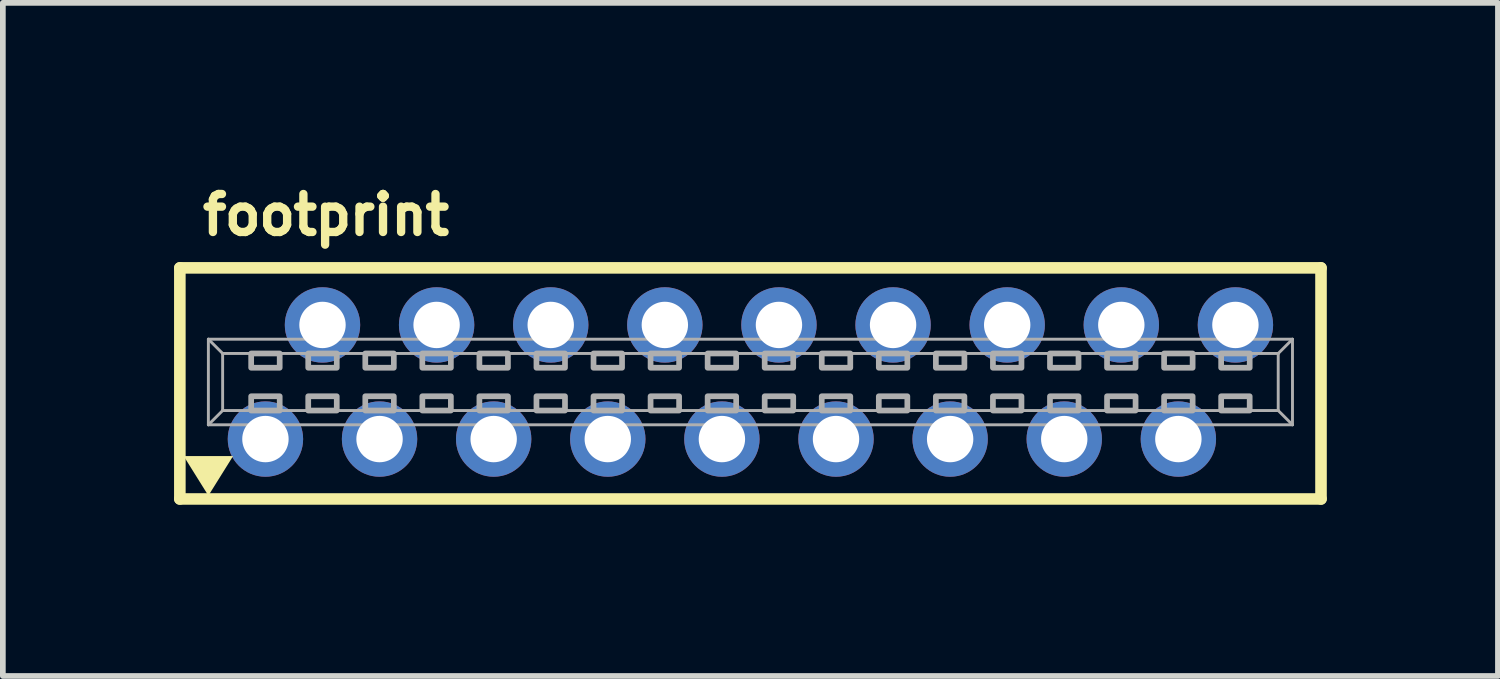
<source format=kicad_pcb>
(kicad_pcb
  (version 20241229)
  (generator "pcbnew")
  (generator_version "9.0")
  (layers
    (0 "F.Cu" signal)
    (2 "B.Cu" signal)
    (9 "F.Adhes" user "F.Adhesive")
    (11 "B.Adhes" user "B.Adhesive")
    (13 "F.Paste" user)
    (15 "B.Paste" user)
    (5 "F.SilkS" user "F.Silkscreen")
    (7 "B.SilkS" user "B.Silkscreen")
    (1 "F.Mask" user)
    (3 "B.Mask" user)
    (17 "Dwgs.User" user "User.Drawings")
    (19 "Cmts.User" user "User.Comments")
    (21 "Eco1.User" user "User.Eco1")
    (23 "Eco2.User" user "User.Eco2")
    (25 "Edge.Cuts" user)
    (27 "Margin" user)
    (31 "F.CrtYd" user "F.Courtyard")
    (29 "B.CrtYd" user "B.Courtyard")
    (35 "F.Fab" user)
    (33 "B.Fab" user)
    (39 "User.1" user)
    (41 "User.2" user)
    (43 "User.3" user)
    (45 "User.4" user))
  (footprint "footprint"
    (layer "F.Cu")
    (at 10.102 3.645)
    (property "Reference" "footprint" (at -9.675 -2.54 0) (layer "F.SilkS") (effects (font (size 0.666 0.666) (thickness 0.146)) (justify left bottom)))
    (fp_line (start -10 -2) (end -10 2.05) (stroke (width 0.203) (type solid)) (layer "F.SilkS"))
    (fp_line (start -10 2.05) (end 10 2.05) (stroke (width 0.203) (type solid)) (layer "F.SilkS"))
    (fp_line (start 10 -2) (end -10 -2) (stroke (width 0.203) (type solid)) (layer "F.SilkS"))
    (fp_line (start 10 -2) (end 10 2.05) (stroke (width 0.203) (type solid)) (layer "F.SilkS"))
    (fp_poly (pts (xy -9.5 1.992) (xy -9.933 1.298) (xy -9.067 1.298)) (stroke (width 0) (type solid)) (fill yes) (layer "F.SilkS"))
    (fp_line (start -9.5 -0.75) (end 9.5 -0.75) (stroke (width 0.051) (type solid)) (layer "F.Fab"))
    (fp_line (start -9.5 0.75) (end -9.5 -0.75) (stroke (width 0.051) (type solid)) (layer "F.Fab"))
    (fp_line (start -9.25 -0.5) (end -9.5 -0.75) (stroke (width 0.051) (type solid)) (layer "F.Fab"))
    (fp_line (start -9.25 -0.5) (end 9.25 -0.5) (stroke (width 0.051) (type solid)) (layer "F.Fab"))
    (fp_line (start -9.25 0.5) (end -9.5 0.75) (stroke (width 0.051) (type solid)) (layer "F.Fab"))
    (fp_line (start -9.25 0.5) (end -9.25 -0.5) (stroke (width 0.051) (type solid)) (layer "F.Fab"))
    (fp_line (start 9.25 -0.5) (end 9.25 0.5) (stroke (width 0.051) (type solid)) (layer "F.Fab"))
    (fp_line (start 9.25 -0.5) (end 9.5 -0.75) (stroke (width 0.051) (type solid)) (layer "F.Fab"))
    (fp_line (start 9.25 0.5) (end -9.25 0.5) (stroke (width 0.051) (type solid)) (layer "F.Fab"))
    (fp_line (start 9.25 0.5) (end 9.5 0.75) (stroke (width 0.051) (type solid)) (layer "F.Fab"))
    (fp_line (start 9.5 -0.75) (end 9.5 0.75) (stroke (width 0.051) (type solid)) (layer "F.Fab"))
    (fp_line (start 9.5 0.75) (end -9.5 0.75) (stroke (width 0.051) (type solid)) (layer "F.Fab"))
    (fp_poly (pts (xy -8.75 -0.25) (xy -8.25 -0.25) (xy -8.25 -0.5) (xy -8.75 -0.5)) (stroke (width 0.1) (type solid)) (fill no) (layer "F.Fab"))
    (fp_poly (pts (xy -8.75 0.5) (xy -8.25 0.5) (xy -8.25 0.25) (xy -8.75 0.25)) (stroke (width 0.1) (type solid)) (fill no) (layer "F.Fab"))
    (fp_poly (pts (xy -7.75 -0.25) (xy -7.25 -0.25) (xy -7.25 -0.5) (xy -7.75 -0.5)) (stroke (width 0.1) (type solid)) (fill no) (layer "F.Fab"))
    (fp_poly (pts (xy -7.75 0.5) (xy -7.25 0.5) (xy -7.25 0.25) (xy -7.75 0.25)) (stroke (width 0.1) (type solid)) (fill no) (layer "F.Fab"))
    (fp_poly (pts (xy -6.75 -0.25) (xy -6.25 -0.25) (xy -6.25 -0.5) (xy -6.75 -0.5)) (stroke (width 0.1) (type solid)) (fill no) (layer "F.Fab"))
    (fp_poly (pts (xy -6.75 0.5) (xy -6.25 0.5) (xy -6.25 0.25) (xy -6.75 0.25)) (stroke (width 0.1) (type solid)) (fill no) (layer "F.Fab"))
    (fp_poly (pts (xy -5.75 -0.25) (xy -5.25 -0.25) (xy -5.25 -0.5) (xy -5.75 -0.5)) (stroke (width 0.1) (type solid)) (fill no) (layer "F.Fab"))
    (fp_poly (pts (xy -5.75 0.5) (xy -5.25 0.5) (xy -5.25 0.25) (xy -5.75 0.25)) (stroke (width 0.1) (type solid)) (fill no) (layer "F.Fab"))
    (fp_poly (pts (xy -4.75 -0.25) (xy -4.25 -0.25) (xy -4.25 -0.5) (xy -4.75 -0.5)) (stroke (width 0.1) (type solid)) (fill no) (layer "F.Fab"))
    (fp_poly (pts (xy -4.75 0.5) (xy -4.25 0.5) (xy -4.25 0.25) (xy -4.75 0.25)) (stroke (width 0.1) (type solid)) (fill no) (layer "F.Fab"))
    (fp_poly (pts (xy -3.75 -0.25) (xy -3.25 -0.25) (xy -3.25 -0.5) (xy -3.75 -0.5)) (stroke (width 0.1) (type solid)) (fill no) (layer "F.Fab"))
    (fp_poly (pts (xy -3.75 0.5) (xy -3.25 0.5) (xy -3.25 0.25) (xy -3.75 0.25)) (stroke (width 0.1) (type solid)) (fill no) (layer "F.Fab"))
    (fp_poly (pts (xy -2.75 -0.25) (xy -2.25 -0.25) (xy -2.25 -0.5) (xy -2.75 -0.5)) (stroke (width 0.1) (type solid)) (fill no) (layer "F.Fab"))
    (fp_poly (pts (xy -2.75 0.5) (xy -2.25 0.5) (xy -2.25 0.25) (xy -2.75 0.25)) (stroke (width 0.1) (type solid)) (fill no) (layer "F.Fab"))
    (fp_poly (pts (xy -1.75 -0.25) (xy -1.25 -0.25) (xy -1.25 -0.5) (xy -1.75 -0.5)) (stroke (width 0.1) (type solid)) (fill no) (layer "F.Fab"))
    (fp_poly (pts (xy -1.75 0.5) (xy -1.25 0.5) (xy -1.25 0.25) (xy -1.75 0.25)) (stroke (width 0.1) (type solid)) (fill no) (layer "F.Fab"))
    (fp_poly (pts (xy -0.75 -0.25) (xy -0.25 -0.25) (xy -0.25 -0.5) (xy -0.75 -0.5)) (stroke (width 0.1) (type solid)) (fill no) (layer "F.Fab"))
    (fp_poly (pts (xy -0.75 0.5) (xy -0.25 0.5) (xy -0.25 0.25) (xy -0.75 0.25)) (stroke (width 0.1) (type solid)) (fill no) (layer "F.Fab"))
    (fp_poly (pts (xy 0.25 -0.25) (xy 0.75 -0.25) (xy 0.75 -0.5) (xy 0.25 -0.5)) (stroke (width 0.1) (type solid)) (fill no) (layer "F.Fab"))
    (fp_poly (pts (xy 0.25 0.5) (xy 0.75 0.5) (xy 0.75 0.25) (xy 0.25 0.25)) (stroke (width 0.1) (type solid)) (fill no) (layer "F.Fab"))
    (fp_poly (pts (xy 1.25 -0.25) (xy 1.75 -0.25) (xy 1.75 -0.5) (xy 1.25 -0.5)) (stroke (width 0.1) (type solid)) (fill no) (layer "F.Fab"))
    (fp_poly (pts (xy 1.25 0.5) (xy 1.75 0.5) (xy 1.75 0.25) (xy 1.25 0.25)) (stroke (width 0.1) (type solid)) (fill no) (layer "F.Fab"))
    (fp_poly (pts (xy 2.25 -0.25) (xy 2.75 -0.25) (xy 2.75 -0.5) (xy 2.25 -0.5)) (stroke (width 0.1) (type solid)) (fill no) (layer "F.Fab"))
    (fp_poly (pts (xy 2.25 0.5) (xy 2.75 0.5) (xy 2.75 0.25) (xy 2.25 0.25)) (stroke (width 0.1) (type solid)) (fill no) (layer "F.Fab"))
    (fp_poly (pts (xy 3.25 -0.25) (xy 3.75 -0.25) (xy 3.75 -0.5) (xy 3.25 -0.5)) (stroke (width 0.1) (type solid)) (fill no) (layer "F.Fab"))
    (fp_poly (pts (xy 3.25 0.5) (xy 3.75 0.5) (xy 3.75 0.25) (xy 3.25 0.25)) (stroke (width 0.1) (type solid)) (fill no) (layer "F.Fab"))
    (fp_poly (pts (xy 4.25 -0.25) (xy 4.75 -0.25) (xy 4.75 -0.5) (xy 4.25 -0.5)) (stroke (width 0.1) (type solid)) (fill no) (layer "F.Fab"))
    (fp_poly (pts (xy 4.25 0.5) (xy 4.75 0.5) (xy 4.75 0.25) (xy 4.25 0.25)) (stroke (width 0.1) (type solid)) (fill no) (layer "F.Fab"))
    (fp_poly (pts (xy 5.25 -0.25) (xy 5.75 -0.25) (xy 5.75 -0.5) (xy 5.25 -0.5)) (stroke (width 0.1) (type solid)) (fill no) (layer "F.Fab"))
    (fp_poly (pts (xy 5.25 0.5) (xy 5.75 0.5) (xy 5.75 0.25) (xy 5.25 0.25)) (stroke (width 0.1) (type solid)) (fill no) (layer "F.Fab"))
    (fp_poly (pts (xy 6.25 -0.25) (xy 6.75 -0.25) (xy 6.75 -0.5) (xy 6.25 -0.5)) (stroke (width 0.1) (type solid)) (fill no) (layer "F.Fab"))
    (fp_poly (pts (xy 6.25 0.5) (xy 6.75 0.5) (xy 6.75 0.25) (xy 6.25 0.25)) (stroke (width 0.1) (type solid)) (fill no) (layer "F.Fab"))
    (fp_poly (pts (xy 7.25 -0.25) (xy 7.75 -0.25) (xy 7.75 -0.5) (xy 7.25 -0.5)) (stroke (width 0.1) (type solid)) (fill no) (layer "F.Fab"))
    (fp_poly (pts (xy 7.25 0.5) (xy 7.75 0.5) (xy 7.75 0.25) (xy 7.25 0.25)) (stroke (width 0.1) (type solid)) (fill no) (layer "F.Fab"))
    (fp_poly (pts (xy 8.25 -0.25) (xy 8.75 -0.25) (xy 8.75 -0.5) (xy 8.25 -0.5)) (stroke (width 0.1) (type solid)) (fill no) (layer "F.Fab"))
    (fp_poly (pts (xy 8.25 0.5) (xy 8.75 0.5) (xy 8.75 0.25) (xy 8.25 0.25)) (stroke (width 0.1) (type solid)) (fill no) (layer "F.Fab"))
    (pad "1" thru_hole circle (at -8.5 1) (size 1.321 1.321) (drill 0.813) (layers "*.Cu" "*.Mask"))
    (pad "2" thru_hole circle (at -7.5 -1) (size 1.321 1.321) (drill 0.813) (layers "*.Cu" "*.Mask"))
    (pad "3" thru_hole circle (at -6.5 1) (size 1.321 1.321) (drill 0.813) (layers "*.Cu" "*.Mask"))
    (pad "4" thru_hole circle (at -5.5 -1) (size 1.321 1.321) (drill 0.813) (layers "*.Cu" "*.Mask"))
    (pad "5" thru_hole circle (at -4.5 1) (size 1.321 1.321) (drill 0.813) (layers "*.Cu" "*.Mask"))
    (pad "6" thru_hole circle (at -3.5 -1) (size 1.321 1.321) (drill 0.813) (layers "*.Cu" "*.Mask"))
    (pad "7" thru_hole circle (at -2.5 1) (size 1.321 1.321) (drill 0.813) (layers "*.Cu" "*.Mask"))
    (pad "8" thru_hole circle (at -1.5 -1) (size 1.321 1.321) (drill 0.813) (layers "*.Cu" "*.Mask"))
    (pad "9" thru_hole circle (at -0.5 1) (size 1.321 1.321) (drill 0.813) (layers "*.Cu" "*.Mask"))
    (pad "10" thru_hole circle (at 0.5 -1) (size 1.321 1.321) (drill 0.813) (layers "*.Cu" "*.Mask"))
    (pad "11" thru_hole circle (at 1.5 1) (size 1.321 1.321) (drill 0.813) (layers "*.Cu" "*.Mask"))
    (pad "12" thru_hole circle (at 2.5 -1) (size 1.321 1.321) (drill 0.813) (layers "*.Cu" "*.Mask"))
    (pad "13" thru_hole circle (at 3.5 1) (size 1.321 1.321) (drill 0.813) (layers "*.Cu" "*.Mask"))
    (pad "14" thru_hole circle (at 4.5 -1) (size 1.321 1.321) (drill 0.813) (layers "*.Cu" "*.Mask"))
    (pad "15" thru_hole circle (at 5.5 1) (size 1.321 1.321) (drill 0.813) (layers "*.Cu" "*.Mask"))
    (pad "16" thru_hole circle (at 6.5 -1) (size 1.321 1.321) (drill 0.813) (layers "*.Cu" "*.Mask"))
    (pad "17" thru_hole circle (at 7.5 1) (size 1.321 1.321) (drill 0.813) (layers "*.Cu" "*.Mask"))
    (pad "18" thru_hole circle (at 8.5 -1) (size 1.321 1.321) (drill 0.813) (layers "*.Cu" "*.Mask")))
  (gr_rect
    (start -3 -3)
    (end 23.203 8.797)
    (stroke (width 0.1) (type default))
    (fill no)
    (layer "Edge.Cuts")))
</source>
